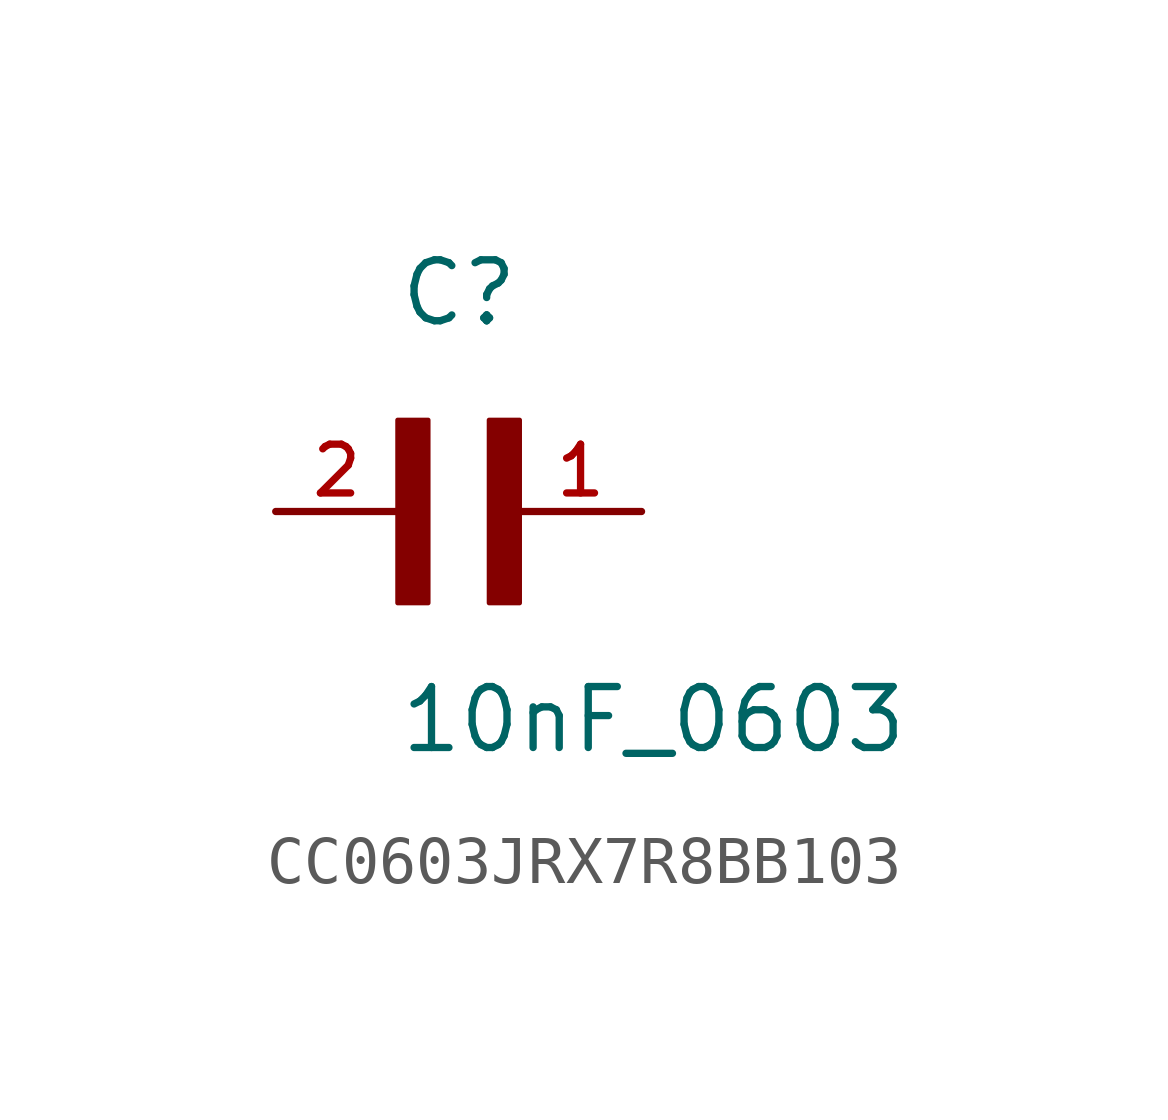
<source format=kicad_sym>
(kicad_symbol_lib
  (version 20220914)
  (generator kicad_symbol_editor)
  (symbol "CC0603JRX7R8BB103"
    (pin_names
      (offset 1.016))
    (property "Reference" "C"
      (at 0 3.81 0)
      (effects (font (size 1.27 1.27)) (justify left bottom)))
    (property "Value" "10nF_0603"
      (at 0 -5.08 0)
      (effects (font (size 1.27 1.27)) (justify left bottom)))
    (symbol "CC0603JRX7R8BB103_0_0"
      (rectangle (start 0 -1.905) (end 0.635 1.905) (stroke (width 0.1) (type default)) (fill (type outline)))
      (rectangle (start 1.905 -1.905) (end 2.54 1.905) (stroke (width 0.1) (type default)) (fill (type outline)))
      (pin passive line (at 5.08 0 180) (length 2.54) (name "~" (effects (font (size 1.016 1.016)))) (number "1" (effects (font (size 1.016 1.016)))))
      (pin passive line (at -2.54 0 0) (length 2.54) (name "~" (effects (font (size 1.016 1.016)))) (number "2" (effects (font (size 1.016 1.016))))))))
</source>
